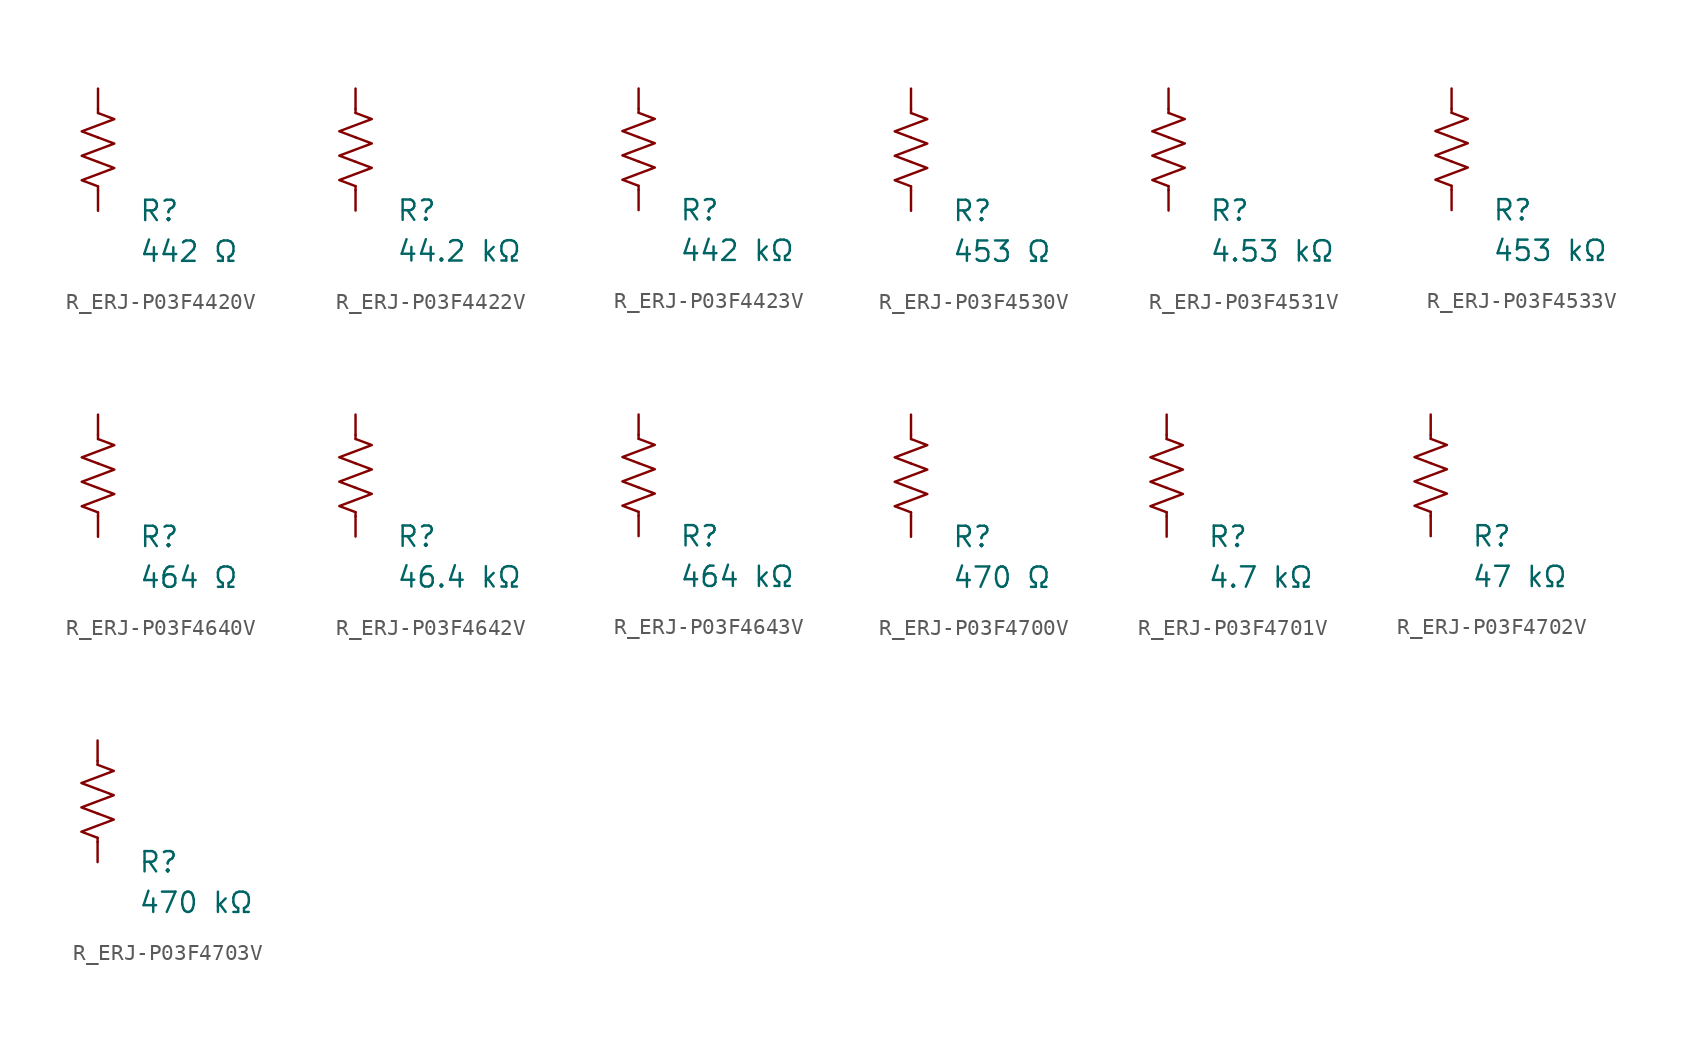
<source format=kicad_sym>
(kicad_symbol_lib
  (version 20231120)
  (generator "kicad_symbol_editor")
  (generator_version "8.0")
  (symbol "R_ERJ-P03F4420V"
    (pin_numbers hide)
    (pin_names
      (offset 0))
    (property "Reference" "R"
      (at 2.54 -3.81 0)
      (effects (font (size 1.27 1.27)) (justify left))
      (show_name no))
    (property "Value" "442 Ω"
      (at 2.54 -6.35 0)
      (effects (font (size 1.27 1.27)) (justify left))
      (show_name no))
    (symbol "R_ERJ-P03F4420V_0_1"
      (polyline (pts (xy 0 -2.286) (xy 0 -2.54)) (stroke (width 0) (type default)) (fill (type none)))
      (polyline (pts (xy 0 2.286) (xy 0 2.54)) (stroke (width 0) (type default)) (fill (type none)))
      (polyline (pts (xy 0 -0.762) (xy 1.016 -1.143) (xy 0 -1.524) (xy -1.016 -1.905) (xy 0 -2.286)) (stroke (width 0) (type default)) (fill (type none)))
      (polyline (pts (xy 0 0.762) (xy 1.016 0.381) (xy 0 0) (xy -1.016 -0.381) (xy 0 -0.762)) (stroke (width 0) (type default)) (fill (type none)))
      (polyline (pts (xy 0 2.286) (xy 1.016 1.905) (xy 0 1.524) (xy -1.016 1.143) (xy 0 0.762)) (stroke (width 0) (type default)) (fill (type none))))
    (symbol "R_ERJ-P03F4420V_1_1"
      (pin passive line (at 0 3.81 270) (length 1.27) (name "~" (effects (font (size 1.27 1.27)))) (number "1" (effects (font (size 1.27 1.27)))))
      (pin passive line (at 0 -3.81 90) (length 1.27) (name "~" (effects (font (size 1.27 1.27)))) (number "2" (effects (font (size 1.27 1.27)))))))
  (symbol "R_ERJ-P03F4422V"
    (pin_numbers hide)
    (pin_names
      (offset 0))
    (property "Reference" "R"
      (at 2.54 -3.81 0)
      (effects (font (size 1.27 1.27)) (justify left))
      (show_name no))
    (property "Value" "44.2 kΩ"
      (at 2.54 -6.35 0)
      (effects (font (size 1.27 1.27)) (justify left))
      (show_name no))
    (symbol "R_ERJ-P03F4422V_0_1"
      (polyline (pts (xy 0 -2.286) (xy 0 -2.54)) (stroke (width 0) (type default)) (fill (type none)))
      (polyline (pts (xy 0 2.286) (xy 0 2.54)) (stroke (width 0) (type default)) (fill (type none)))
      (polyline (pts (xy 0 -0.762) (xy 1.016 -1.143) (xy 0 -1.524) (xy -1.016 -1.905) (xy 0 -2.286)) (stroke (width 0) (type default)) (fill (type none)))
      (polyline (pts (xy 0 0.762) (xy 1.016 0.381) (xy 0 0) (xy -1.016 -0.381) (xy 0 -0.762)) (stroke (width 0) (type default)) (fill (type none)))
      (polyline (pts (xy 0 2.286) (xy 1.016 1.905) (xy 0 1.524) (xy -1.016 1.143) (xy 0 0.762)) (stroke (width 0) (type default)) (fill (type none))))
    (symbol "R_ERJ-P03F4422V_1_1"
      (pin passive line (at 0 3.81 270) (length 1.27) (name "~" (effects (font (size 1.27 1.27)))) (number "1" (effects (font (size 1.27 1.27)))))
      (pin passive line (at 0 -3.81 90) (length 1.27) (name "~" (effects (font (size 1.27 1.27)))) (number "2" (effects (font (size 1.27 1.27)))))))
  (symbol "R_ERJ-P03F4423V"
    (pin_numbers hide)
    (pin_names
      (offset 0))
    (property "Reference" "R"
      (at 2.54 -3.81 0)
      (effects (font (size 1.27 1.27)) (justify left))
      (show_name no))
    (property "Value" "442 kΩ"
      (at 2.54 -6.35 0)
      (effects (font (size 1.27 1.27)) (justify left))
      (show_name no))
    (symbol "R_ERJ-P03F4423V_0_1"
      (polyline (pts (xy 0 -2.286) (xy 0 -2.54)) (stroke (width 0) (type default)) (fill (type none)))
      (polyline (pts (xy 0 2.286) (xy 0 2.54)) (stroke (width 0) (type default)) (fill (type none)))
      (polyline (pts (xy 0 -0.762) (xy 1.016 -1.143) (xy 0 -1.524) (xy -1.016 -1.905) (xy 0 -2.286)) (stroke (width 0) (type default)) (fill (type none)))
      (polyline (pts (xy 0 0.762) (xy 1.016 0.381) (xy 0 0) (xy -1.016 -0.381) (xy 0 -0.762)) (stroke (width 0) (type default)) (fill (type none)))
      (polyline (pts (xy 0 2.286) (xy 1.016 1.905) (xy 0 1.524) (xy -1.016 1.143) (xy 0 0.762)) (stroke (width 0) (type default)) (fill (type none))))
    (symbol "R_ERJ-P03F4423V_1_1"
      (pin passive line (at 0 3.81 270) (length 1.27) (name "~" (effects (font (size 1.27 1.27)))) (number "1" (effects (font (size 1.27 1.27)))))
      (pin passive line (at 0 -3.81 90) (length 1.27) (name "~" (effects (font (size 1.27 1.27)))) (number "2" (effects (font (size 1.27 1.27)))))))
  (symbol "R_ERJ-P03F4530V"
    (pin_numbers hide)
    (pin_names
      (offset 0))
    (property "Reference" "R"
      (at 2.54 -3.81 0)
      (effects (font (size 1.27 1.27)) (justify left))
      (show_name no))
    (property "Value" "453 Ω"
      (at 2.54 -6.35 0)
      (effects (font (size 1.27 1.27)) (justify left))
      (show_name no))
    (symbol "R_ERJ-P03F4530V_0_1"
      (polyline (pts (xy 0 -2.286) (xy 0 -2.54)) (stroke (width 0) (type default)) (fill (type none)))
      (polyline (pts (xy 0 2.286) (xy 0 2.54)) (stroke (width 0) (type default)) (fill (type none)))
      (polyline (pts (xy 0 -0.762) (xy 1.016 -1.143) (xy 0 -1.524) (xy -1.016 -1.905) (xy 0 -2.286)) (stroke (width 0) (type default)) (fill (type none)))
      (polyline (pts (xy 0 0.762) (xy 1.016 0.381) (xy 0 0) (xy -1.016 -0.381) (xy 0 -0.762)) (stroke (width 0) (type default)) (fill (type none)))
      (polyline (pts (xy 0 2.286) (xy 1.016 1.905) (xy 0 1.524) (xy -1.016 1.143) (xy 0 0.762)) (stroke (width 0) (type default)) (fill (type none))))
    (symbol "R_ERJ-P03F4530V_1_1"
      (pin passive line (at 0 3.81 270) (length 1.27) (name "~" (effects (font (size 1.27 1.27)))) (number "1" (effects (font (size 1.27 1.27)))))
      (pin passive line (at 0 -3.81 90) (length 1.27) (name "~" (effects (font (size 1.27 1.27)))) (number "2" (effects (font (size 1.27 1.27)))))))
  (symbol "R_ERJ-P03F4531V"
    (pin_numbers hide)
    (pin_names
      (offset 0))
    (property "Reference" "R"
      (at 2.54 -3.81 0)
      (effects (font (size 1.27 1.27)) (justify left))
      (show_name no))
    (property "Value" "4.53 kΩ"
      (at 2.54 -6.35 0)
      (effects (font (size 1.27 1.27)) (justify left))
      (show_name no))
    (symbol "R_ERJ-P03F4531V_0_1"
      (polyline (pts (xy 0 -2.286) (xy 0 -2.54)) (stroke (width 0) (type default)) (fill (type none)))
      (polyline (pts (xy 0 2.286) (xy 0 2.54)) (stroke (width 0) (type default)) (fill (type none)))
      (polyline (pts (xy 0 -0.762) (xy 1.016 -1.143) (xy 0 -1.524) (xy -1.016 -1.905) (xy 0 -2.286)) (stroke (width 0) (type default)) (fill (type none)))
      (polyline (pts (xy 0 0.762) (xy 1.016 0.381) (xy 0 0) (xy -1.016 -0.381) (xy 0 -0.762)) (stroke (width 0) (type default)) (fill (type none)))
      (polyline (pts (xy 0 2.286) (xy 1.016 1.905) (xy 0 1.524) (xy -1.016 1.143) (xy 0 0.762)) (stroke (width 0) (type default)) (fill (type none))))
    (symbol "R_ERJ-P03F4531V_1_1"
      (pin passive line (at 0 3.81 270) (length 1.27) (name "~" (effects (font (size 1.27 1.27)))) (number "1" (effects (font (size 1.27 1.27)))))
      (pin passive line (at 0 -3.81 90) (length 1.27) (name "~" (effects (font (size 1.27 1.27)))) (number "2" (effects (font (size 1.27 1.27)))))))
  (symbol "R_ERJ-P03F4533V"
    (pin_numbers hide)
    (pin_names
      (offset 0))
    (property "Reference" "R"
      (at 2.54 -3.81 0)
      (effects (font (size 1.27 1.27)) (justify left))
      (show_name no))
    (property "Value" "453 kΩ"
      (at 2.54 -6.35 0)
      (effects (font (size 1.27 1.27)) (justify left))
      (show_name no))
    (symbol "R_ERJ-P03F4533V_0_1"
      (polyline (pts (xy 0 -2.286) (xy 0 -2.54)) (stroke (width 0) (type default)) (fill (type none)))
      (polyline (pts (xy 0 2.286) (xy 0 2.54)) (stroke (width 0) (type default)) (fill (type none)))
      (polyline (pts (xy 0 -0.762) (xy 1.016 -1.143) (xy 0 -1.524) (xy -1.016 -1.905) (xy 0 -2.286)) (stroke (width 0) (type default)) (fill (type none)))
      (polyline (pts (xy 0 0.762) (xy 1.016 0.381) (xy 0 0) (xy -1.016 -0.381) (xy 0 -0.762)) (stroke (width 0) (type default)) (fill (type none)))
      (polyline (pts (xy 0 2.286) (xy 1.016 1.905) (xy 0 1.524) (xy -1.016 1.143) (xy 0 0.762)) (stroke (width 0) (type default)) (fill (type none))))
    (symbol "R_ERJ-P03F4533V_1_1"
      (pin passive line (at 0 3.81 270) (length 1.27) (name "~" (effects (font (size 1.27 1.27)))) (number "1" (effects (font (size 1.27 1.27)))))
      (pin passive line (at 0 -3.81 90) (length 1.27) (name "~" (effects (font (size 1.27 1.27)))) (number "2" (effects (font (size 1.27 1.27)))))))
  (symbol "R_ERJ-P03F4640V"
    (pin_numbers hide)
    (pin_names
      (offset 0))
    (property "Reference" "R"
      (at 2.54 -3.81 0)
      (effects (font (size 1.27 1.27)) (justify left))
      (show_name no))
    (property "Value" "464 Ω"
      (at 2.54 -6.35 0)
      (effects (font (size 1.27 1.27)) (justify left))
      (show_name no))
    (symbol "R_ERJ-P03F4640V_0_1"
      (polyline (pts (xy 0 -2.286) (xy 0 -2.54)) (stroke (width 0) (type default)) (fill (type none)))
      (polyline (pts (xy 0 2.286) (xy 0 2.54)) (stroke (width 0) (type default)) (fill (type none)))
      (polyline (pts (xy 0 -0.762) (xy 1.016 -1.143) (xy 0 -1.524) (xy -1.016 -1.905) (xy 0 -2.286)) (stroke (width 0) (type default)) (fill (type none)))
      (polyline (pts (xy 0 0.762) (xy 1.016 0.381) (xy 0 0) (xy -1.016 -0.381) (xy 0 -0.762)) (stroke (width 0) (type default)) (fill (type none)))
      (polyline (pts (xy 0 2.286) (xy 1.016 1.905) (xy 0 1.524) (xy -1.016 1.143) (xy 0 0.762)) (stroke (width 0) (type default)) (fill (type none))))
    (symbol "R_ERJ-P03F4640V_1_1"
      (pin passive line (at 0 3.81 270) (length 1.27) (name "~" (effects (font (size 1.27 1.27)))) (number "1" (effects (font (size 1.27 1.27)))))
      (pin passive line (at 0 -3.81 90) (length 1.27) (name "~" (effects (font (size 1.27 1.27)))) (number "2" (effects (font (size 1.27 1.27)))))))
  (symbol "R_ERJ-P03F4642V"
    (pin_numbers hide)
    (pin_names
      (offset 0))
    (property "Reference" "R"
      (at 2.54 -3.81 0)
      (effects (font (size 1.27 1.27)) (justify left))
      (show_name no))
    (property "Value" "46.4 kΩ"
      (at 2.54 -6.35 0)
      (effects (font (size 1.27 1.27)) (justify left))
      (show_name no))
    (symbol "R_ERJ-P03F4642V_0_1"
      (polyline (pts (xy 0 -2.286) (xy 0 -2.54)) (stroke (width 0) (type default)) (fill (type none)))
      (polyline (pts (xy 0 2.286) (xy 0 2.54)) (stroke (width 0) (type default)) (fill (type none)))
      (polyline (pts (xy 0 -0.762) (xy 1.016 -1.143) (xy 0 -1.524) (xy -1.016 -1.905) (xy 0 -2.286)) (stroke (width 0) (type default)) (fill (type none)))
      (polyline (pts (xy 0 0.762) (xy 1.016 0.381) (xy 0 0) (xy -1.016 -0.381) (xy 0 -0.762)) (stroke (width 0) (type default)) (fill (type none)))
      (polyline (pts (xy 0 2.286) (xy 1.016 1.905) (xy 0 1.524) (xy -1.016 1.143) (xy 0 0.762)) (stroke (width 0) (type default)) (fill (type none))))
    (symbol "R_ERJ-P03F4642V_1_1"
      (pin passive line (at 0 3.81 270) (length 1.27) (name "~" (effects (font (size 1.27 1.27)))) (number "1" (effects (font (size 1.27 1.27)))))
      (pin passive line (at 0 -3.81 90) (length 1.27) (name "~" (effects (font (size 1.27 1.27)))) (number "2" (effects (font (size 1.27 1.27)))))))
  (symbol "R_ERJ-P03F4643V"
    (pin_numbers hide)
    (pin_names
      (offset 0))
    (property "Reference" "R"
      (at 2.54 -3.81 0)
      (effects (font (size 1.27 1.27)) (justify left))
      (show_name no))
    (property "Value" "464 kΩ"
      (at 2.54 -6.35 0)
      (effects (font (size 1.27 1.27)) (justify left))
      (show_name no))
    (symbol "R_ERJ-P03F4643V_0_1"
      (polyline (pts (xy 0 -2.286) (xy 0 -2.54)) (stroke (width 0) (type default)) (fill (type none)))
      (polyline (pts (xy 0 2.286) (xy 0 2.54)) (stroke (width 0) (type default)) (fill (type none)))
      (polyline (pts (xy 0 -0.762) (xy 1.016 -1.143) (xy 0 -1.524) (xy -1.016 -1.905) (xy 0 -2.286)) (stroke (width 0) (type default)) (fill (type none)))
      (polyline (pts (xy 0 0.762) (xy 1.016 0.381) (xy 0 0) (xy -1.016 -0.381) (xy 0 -0.762)) (stroke (width 0) (type default)) (fill (type none)))
      (polyline (pts (xy 0 2.286) (xy 1.016 1.905) (xy 0 1.524) (xy -1.016 1.143) (xy 0 0.762)) (stroke (width 0) (type default)) (fill (type none))))
    (symbol "R_ERJ-P03F4643V_1_1"
      (pin passive line (at 0 3.81 270) (length 1.27) (name "~" (effects (font (size 1.27 1.27)))) (number "1" (effects (font (size 1.27 1.27)))))
      (pin passive line (at 0 -3.81 90) (length 1.27) (name "~" (effects (font (size 1.27 1.27)))) (number "2" (effects (font (size 1.27 1.27)))))))
  (symbol "R_ERJ-P03F4700V"
    (pin_numbers hide)
    (pin_names
      (offset 0))
    (property "Reference" "R"
      (at 2.54 -3.81 0)
      (effects (font (size 1.27 1.27)) (justify left))
      (show_name no))
    (property "Value" "470 Ω"
      (at 2.54 -6.35 0)
      (effects (font (size 1.27 1.27)) (justify left))
      (show_name no))
    (symbol "R_ERJ-P03F4700V_0_1"
      (polyline (pts (xy 0 -2.286) (xy 0 -2.54)) (stroke (width 0) (type default)) (fill (type none)))
      (polyline (pts (xy 0 2.286) (xy 0 2.54)) (stroke (width 0) (type default)) (fill (type none)))
      (polyline (pts (xy 0 -0.762) (xy 1.016 -1.143) (xy 0 -1.524) (xy -1.016 -1.905) (xy 0 -2.286)) (stroke (width 0) (type default)) (fill (type none)))
      (polyline (pts (xy 0 0.762) (xy 1.016 0.381) (xy 0 0) (xy -1.016 -0.381) (xy 0 -0.762)) (stroke (width 0) (type default)) (fill (type none)))
      (polyline (pts (xy 0 2.286) (xy 1.016 1.905) (xy 0 1.524) (xy -1.016 1.143) (xy 0 0.762)) (stroke (width 0) (type default)) (fill (type none))))
    (symbol "R_ERJ-P03F4700V_1_1"
      (pin passive line (at 0 3.81 270) (length 1.27) (name "~" (effects (font (size 1.27 1.27)))) (number "1" (effects (font (size 1.27 1.27)))))
      (pin passive line (at 0 -3.81 90) (length 1.27) (name "~" (effects (font (size 1.27 1.27)))) (number "2" (effects (font (size 1.27 1.27)))))))
  (symbol "R_ERJ-P03F4701V"
    (pin_numbers hide)
    (pin_names
      (offset 0))
    (property "Reference" "R"
      (at 2.54 -3.81 0)
      (effects (font (size 1.27 1.27)) (justify left))
      (show_name no))
    (property "Value" "4.7 kΩ"
      (at 2.54 -6.35 0)
      (effects (font (size 1.27 1.27)) (justify left))
      (show_name no))
    (symbol "R_ERJ-P03F4701V_0_1"
      (polyline (pts (xy 0 -2.286) (xy 0 -2.54)) (stroke (width 0) (type default)) (fill (type none)))
      (polyline (pts (xy 0 2.286) (xy 0 2.54)) (stroke (width 0) (type default)) (fill (type none)))
      (polyline (pts (xy 0 -0.762) (xy 1.016 -1.143) (xy 0 -1.524) (xy -1.016 -1.905) (xy 0 -2.286)) (stroke (width 0) (type default)) (fill (type none)))
      (polyline (pts (xy 0 0.762) (xy 1.016 0.381) (xy 0 0) (xy -1.016 -0.381) (xy 0 -0.762)) (stroke (width 0) (type default)) (fill (type none)))
      (polyline (pts (xy 0 2.286) (xy 1.016 1.905) (xy 0 1.524) (xy -1.016 1.143) (xy 0 0.762)) (stroke (width 0) (type default)) (fill (type none))))
    (symbol "R_ERJ-P03F4701V_1_1"
      (pin passive line (at 0 3.81 270) (length 1.27) (name "~" (effects (font (size 1.27 1.27)))) (number "1" (effects (font (size 1.27 1.27)))))
      (pin passive line (at 0 -3.81 90) (length 1.27) (name "~" (effects (font (size 1.27 1.27)))) (number "2" (effects (font (size 1.27 1.27)))))))
  (symbol "R_ERJ-P03F4702V"
    (pin_numbers hide)
    (pin_names
      (offset 0))
    (property "Reference" "R"
      (at 2.54 -3.81 0)
      (effects (font (size 1.27 1.27)) (justify left))
      (show_name no))
    (property "Value" "47 kΩ"
      (at 2.54 -6.35 0)
      (effects (font (size 1.27 1.27)) (justify left))
      (show_name no))
    (symbol "R_ERJ-P03F4702V_0_1"
      (polyline (pts (xy 0 -2.286) (xy 0 -2.54)) (stroke (width 0) (type default)) (fill (type none)))
      (polyline (pts (xy 0 2.286) (xy 0 2.54)) (stroke (width 0) (type default)) (fill (type none)))
      (polyline (pts (xy 0 -0.762) (xy 1.016 -1.143) (xy 0 -1.524) (xy -1.016 -1.905) (xy 0 -2.286)) (stroke (width 0) (type default)) (fill (type none)))
      (polyline (pts (xy 0 0.762) (xy 1.016 0.381) (xy 0 0) (xy -1.016 -0.381) (xy 0 -0.762)) (stroke (width 0) (type default)) (fill (type none)))
      (polyline (pts (xy 0 2.286) (xy 1.016 1.905) (xy 0 1.524) (xy -1.016 1.143) (xy 0 0.762)) (stroke (width 0) (type default)) (fill (type none))))
    (symbol "R_ERJ-P03F4702V_1_1"
      (pin passive line (at 0 3.81 270) (length 1.27) (name "~" (effects (font (size 1.27 1.27)))) (number "1" (effects (font (size 1.27 1.27)))))
      (pin passive line (at 0 -3.81 90) (length 1.27) (name "~" (effects (font (size 1.27 1.27)))) (number "2" (effects (font (size 1.27 1.27)))))))
  (symbol "R_ERJ-P03F4703V"
    (pin_numbers hide)
    (pin_names
      (offset 0))
    (property "Reference" "R"
      (at 2.54 -3.81 0)
      (effects (font (size 1.27 1.27)) (justify left))
      (show_name no))
    (property "Value" "470 kΩ"
      (at 2.54 -6.35 0)
      (effects (font (size 1.27 1.27)) (justify left))
      (show_name no))
    (symbol "R_ERJ-P03F4703V_0_1"
      (polyline (pts (xy 0 -2.286) (xy 0 -2.54)) (stroke (width 0) (type default)) (fill (type none)))
      (polyline (pts (xy 0 2.286) (xy 0 2.54)) (stroke (width 0) (type default)) (fill (type none)))
      (polyline (pts (xy 0 -0.762) (xy 1.016 -1.143) (xy 0 -1.524) (xy -1.016 -1.905) (xy 0 -2.286)) (stroke (width 0) (type default)) (fill (type none)))
      (polyline (pts (xy 0 0.762) (xy 1.016 0.381) (xy 0 0) (xy -1.016 -0.381) (xy 0 -0.762)) (stroke (width 0) (type default)) (fill (type none)))
      (polyline (pts (xy 0 2.286) (xy 1.016 1.905) (xy 0 1.524) (xy -1.016 1.143) (xy 0 0.762)) (stroke (width 0) (type default)) (fill (type none))))
    (symbol "R_ERJ-P03F4703V_1_1"
      (pin passive line (at 0 3.81 270) (length 1.27) (name "~" (effects (font (size 1.27 1.27)))) (number "1" (effects (font (size 1.27 1.27)))))
      (pin passive line (at 0 -3.81 90) (length 1.27) (name "~" (effects (font (size 1.27 1.27)))) (number "2" (effects (font (size 1.27 1.27))))))))
</source>
